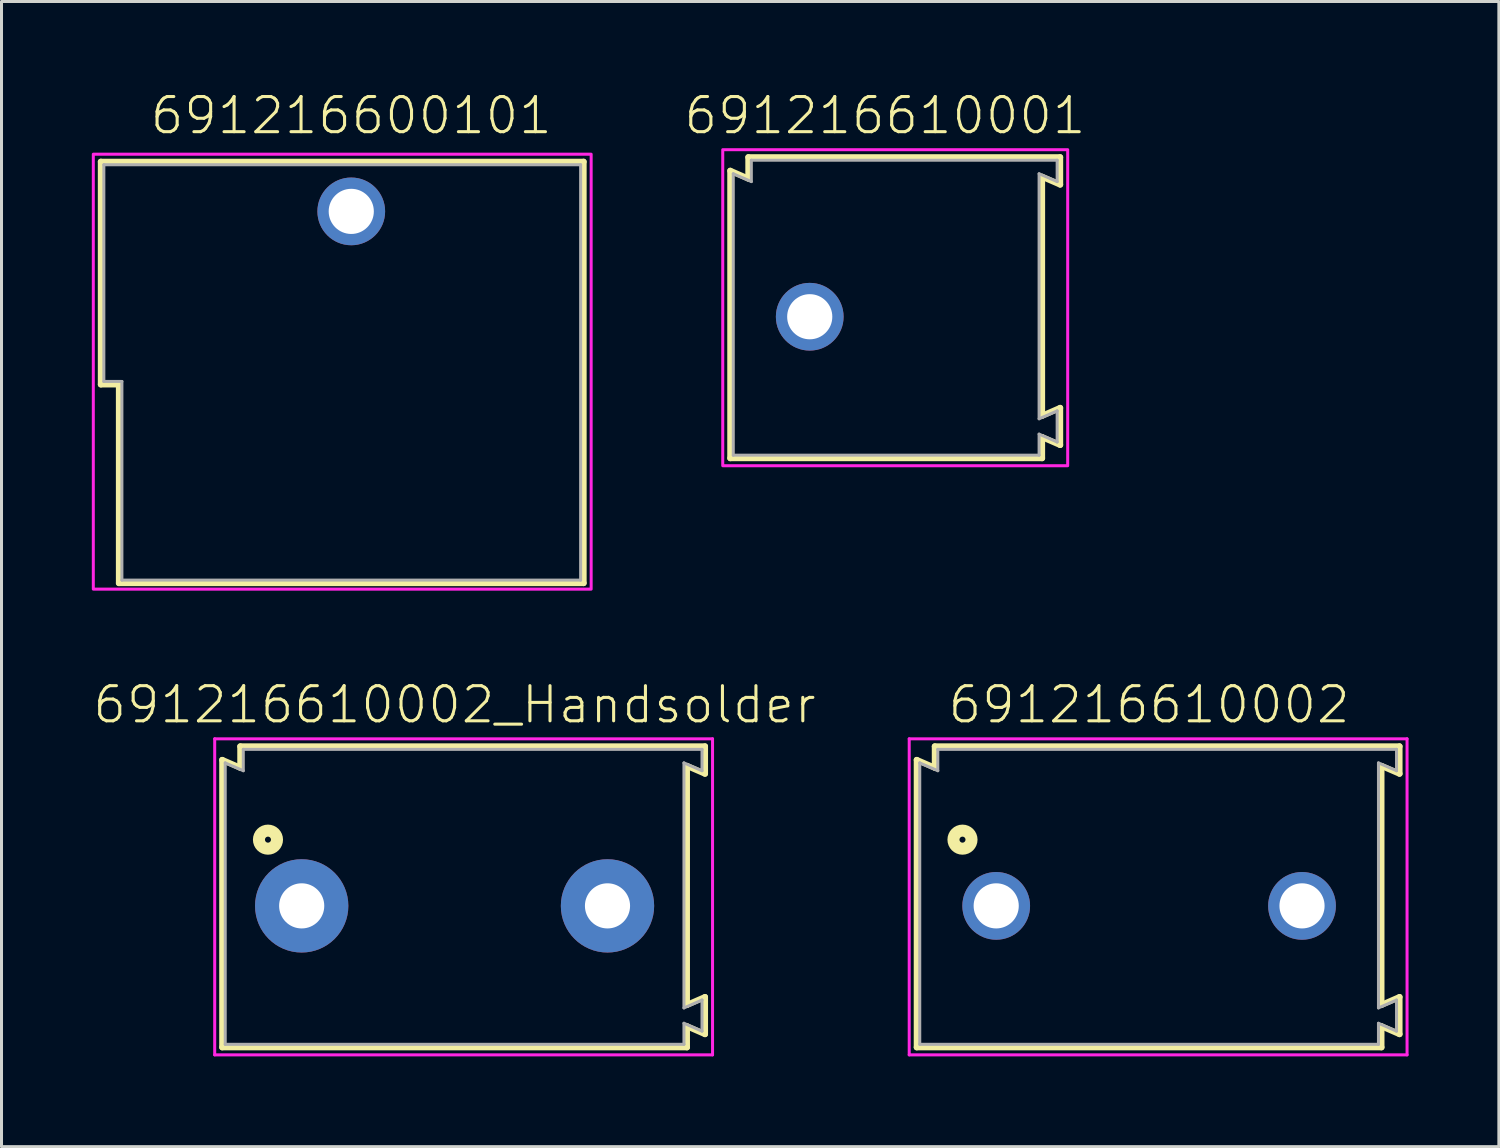
<source format=kicad_pcb>
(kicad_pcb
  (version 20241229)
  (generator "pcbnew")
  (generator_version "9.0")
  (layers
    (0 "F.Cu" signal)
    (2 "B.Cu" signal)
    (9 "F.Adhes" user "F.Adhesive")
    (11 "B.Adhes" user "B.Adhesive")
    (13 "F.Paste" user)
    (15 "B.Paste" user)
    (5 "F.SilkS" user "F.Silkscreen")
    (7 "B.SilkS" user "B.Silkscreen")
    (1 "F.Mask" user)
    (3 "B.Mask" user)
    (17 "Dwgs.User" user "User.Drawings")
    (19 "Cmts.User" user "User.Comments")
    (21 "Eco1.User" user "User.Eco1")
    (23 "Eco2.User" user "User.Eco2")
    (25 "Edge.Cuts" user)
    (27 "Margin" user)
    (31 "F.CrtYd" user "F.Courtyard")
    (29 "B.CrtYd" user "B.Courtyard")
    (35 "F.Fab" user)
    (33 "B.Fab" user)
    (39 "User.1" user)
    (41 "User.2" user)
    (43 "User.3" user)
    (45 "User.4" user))
  (footprint "691216610001"
    (layer "F.Cu")
    (at 23.852 7.473)
    (property "Reference" "691216610001" (at 2.5 -6 0) (unlocked yes) (layer "F.SilkS") (effects (font (size 1.168 1.168) (thickness 0.102)) (justify bottom)))
    (fp_line (start -2.64 -4.85) (end -2.04 -4.59) (stroke (width 0.2) (type solid)) (layer "F.SilkS"))
    (fp_line (start -2.64 4.7) (end -2.64 -4.85) (stroke (width 0.2) (type solid)) (layer "F.SilkS"))
    (fp_line (start -2.04 -5.3) (end 8.32 -5.3) (stroke (width 0.2) (type solid)) (layer "F.SilkS"))
    (fp_line (start -2.04 -4.59) (end -2.04 -5.3) (stroke (width 0.2) (type solid)) (layer "F.SilkS"))
    (fp_line (start 7.72 -4.65) (end 7.72 3.29) (stroke (width 0.2) (type solid)) (layer "F.SilkS"))
    (fp_line (start 7.72 3.29) (end 8.32 3.028) (stroke (width 0.2) (type solid)) (layer "F.SilkS"))
    (fp_line (start 7.72 4) (end 7.72 4.7) (stroke (width 0.2) (type solid)) (layer "F.SilkS"))
    (fp_line (start 7.72 4.7) (end -2.64 4.7) (stroke (width 0.2) (type solid)) (layer "F.SilkS"))
    (fp_line (start 8.32 -5.3) (end 8.32 -4.39) (stroke (width 0.2) (type solid)) (layer "F.SilkS"))
    (fp_line (start 8.32 -4.39) (end 7.72 -4.65) (stroke (width 0.2) (type solid)) (layer "F.SilkS"))
    (fp_line (start 8.32 3.028) (end 8.32 4.262) (stroke (width 0.2) (type solid)) (layer "F.SilkS"))
    (fp_line (start 8.32 4.262) (end 7.72 4) (stroke (width 0.2) (type solid)) (layer "F.SilkS"))
    (fp_poly (pts (xy 8.57 4.95) (xy -2.89 4.95) (xy -2.89 -5.55) (xy 8.57 -5.55)) (stroke (width 0.1) (type default)) (fill no) (layer "F.CrtYd"))
    (fp_line (start -2.54 -4.75) (end -1.94 -4.49) (stroke (width 0.1) (type solid)) (layer "F.Fab"))
    (fp_line (start -2.54 4.6) (end -2.54 -4.75) (stroke (width 0.1) (type solid)) (layer "F.Fab"))
    (fp_line (start -1.94 -4.49) (end -1.94 -5.2) (stroke (width 0.1) (type solid)) (layer "F.Fab"))
    (fp_line (start 7.62 -4.75) (end 7.62 3.39) (stroke (width 0.1) (type solid)) (layer "F.Fab"))
    (fp_line (start 7.62 -4.75) (end 8.22 -4.49) (stroke (width 0.1) (type solid)) (layer "F.Fab"))
    (fp_line (start 7.62 3.39) (end 8.22 3.128) (stroke (width 0.1) (type solid)) (layer "F.Fab"))
    (fp_line (start 7.62 3.9) (end 7.62 4.6) (stroke (width 0.1) (type solid)) (layer "F.Fab"))
    (fp_line (start 7.62 3.9) (end 8.22 4.162) (stroke (width 0.1) (type solid)) (layer "F.Fab"))
    (fp_line (start 7.62 4.6) (end -2.54 4.6) (stroke (width 0.1) (type solid)) (layer "F.Fab"))
    (fp_line (start 8.22 -5.2) (end -1.94 -5.2) (stroke (width 0.1) (type solid)) (layer "F.Fab"))
    (fp_line (start 8.22 -5.2) (end 8.22 -4.49) (stroke (width 0.1) (type solid)) (layer "F.Fab"))
    (fp_line (start 8.22 3.128) (end 8.22 4.162) (stroke (width 0.1) (type solid)) (layer "F.Fab"))
    (pad "1" thru_hole circle (at 0 0 180) (size 2.25 2.25) (drill 1.5) (layers "*.Cu" "*.Mask")))
  (footprint "691216610002"
    (layer "F.Cu")
    (at 35.127 27.046)
    (property "Reference" "691216610002" (at 0 -6 0) (unlocked yes) (layer "F.SilkS") (effects (font (size 1.168 1.168) (thickness 0.102)) (justify bottom)))
    (fp_line (start -7.72 -4.85) (end -7.12 -4.59) (stroke (width 0.2) (type solid)) (layer "F.SilkS"))
    (fp_line (start -7.72 4.7) (end -7.72 -4.85) (stroke (width 0.2) (type solid)) (layer "F.SilkS"))
    (fp_line (start -7.12 -5.3) (end 8.32 -5.3) (stroke (width 0.2) (type solid)) (layer "F.SilkS"))
    (fp_line (start -7.12 -4.59) (end -7.12 -5.3) (stroke (width 0.2) (type solid)) (layer "F.SilkS"))
    (fp_line (start 7.72 -4.65) (end 7.72 3.29) (stroke (width 0.2) (type solid)) (layer "F.SilkS"))
    (fp_line (start 7.72 3.29) (end 8.32 3.028) (stroke (width 0.2) (type solid)) (layer "F.SilkS"))
    (fp_line (start 7.72 4) (end 7.72 4.7) (stroke (width 0.2) (type solid)) (layer "F.SilkS"))
    (fp_line (start 7.72 4.7) (end -7.72 4.7) (stroke (width 0.2) (type solid)) (layer "F.SilkS"))
    (fp_line (start 8.32 -5.3) (end 8.32 -4.39) (stroke (width 0.2) (type solid)) (layer "F.SilkS"))
    (fp_line (start 8.32 -4.39) (end 7.72 -4.65) (stroke (width 0.2) (type solid)) (layer "F.SilkS"))
    (fp_line (start 8.32 3.028) (end 8.32 4.262) (stroke (width 0.2) (type solid)) (layer "F.SilkS"))
    (fp_line (start 8.32 4.262) (end 7.72 4) (stroke (width 0.2) (type solid)) (layer "F.SilkS"))
    (fp_circle (center -6.2 -2.2) (end -6.1 -2.2) (stroke (width 0.4) (type solid)) (fill no) (layer "F.SilkS"))
    (fp_line (start -7.97 -5.55) (end 8.57 -5.55) (stroke (width 0.1) (type default)) (layer "F.CrtYd"))
    (fp_line (start -7.97 4.95) (end -7.97 -5.55) (stroke (width 0.1) (type default)) (layer "F.CrtYd"))
    (fp_line (start 8.57 -5.55) (end 8.57 4.95) (stroke (width 0.1) (type default)) (layer "F.CrtYd"))
    (fp_line (start 8.57 4.95) (end -7.97 4.95) (stroke (width 0.1) (type default)) (layer "F.CrtYd"))
    (fp_line (start -7.62 -4.75) (end -7.02 -4.49) (stroke (width 0.1) (type solid)) (layer "F.Fab"))
    (fp_line (start -7.62 4.6) (end -7.62 -4.75) (stroke (width 0.1) (type solid)) (layer "F.Fab"))
    (fp_line (start -7.02 -4.49) (end -7.02 -5.2) (stroke (width 0.1) (type solid)) (layer "F.Fab"))
    (fp_line (start 7.62 -4.75) (end 7.62 3.39) (stroke (width 0.1) (type solid)) (layer "F.Fab"))
    (fp_line (start 7.62 -4.75) (end 8.22 -4.49) (stroke (width 0.1) (type solid)) (layer "F.Fab"))
    (fp_line (start 7.62 3.39) (end 8.22 3.128) (stroke (width 0.1) (type solid)) (layer "F.Fab"))
    (fp_line (start 7.62 3.9) (end 7.62 4.6) (stroke (width 0.1) (type solid)) (layer "F.Fab"))
    (fp_line (start 7.62 3.9) (end 8.22 4.162) (stroke (width 0.1) (type solid)) (layer "F.Fab"))
    (fp_line (start 7.62 4.6) (end -7.62 4.6) (stroke (width 0.1) (type solid)) (layer "F.Fab"))
    (fp_line (start 8.22 -5.2) (end -7.02 -5.2) (stroke (width 0.1) (type solid)) (layer "F.Fab"))
    (fp_line (start 8.22 -5.2) (end 8.22 -4.49) (stroke (width 0.1) (type solid)) (layer "F.Fab"))
    (fp_line (start 8.22 3.128) (end 8.22 4.162) (stroke (width 0.1) (type solid)) (layer "F.Fab"))
    (pad "1" thru_hole circle (at -5.08 0 180) (size 2.25 2.25) (drill 1.5) (layers "*.Cu" "*.Mask"))
    (pad "2" thru_hole circle (at 5.08 0 180) (size 2.25 2.25) (drill 1.5) (layers "*.Cu" "*.Mask")))
  (footprint "691216600101"
    (layer "F.Cu")
    (at 8.62 3.973)
    (property "Reference" "691216600101" (at 0 -2.5 0) (unlocked yes) (layer "F.SilkS") (effects (font (size 1.168 1.168) (thickness 0.102)) (justify bottom)))
    (fp_line (start -8.32 -1.65) (end 7.72 -1.65) (stroke (width 0.2) (type solid)) (layer "F.SilkS"))
    (fp_line (start -8.32 5.75) (end -8.32 -1.65) (stroke (width 0.2) (type solid)) (layer "F.SilkS"))
    (fp_line (start -7.72 5.75) (end -8.32 5.75) (stroke (width 0.2) (type solid)) (layer "F.SilkS"))
    (fp_line (start -7.72 12.35) (end -7.72 5.75) (stroke (width 0.2) (type solid)) (layer "F.SilkS"))
    (fp_line (start 7.72 -1.65) (end 7.72 12.35) (stroke (width 0.2) (type solid)) (layer "F.SilkS"))
    (fp_line (start 7.72 12.35) (end -7.72 12.35) (stroke (width 0.2) (type solid)) (layer "F.SilkS"))
    (fp_poly (pts (xy 7.97 12.55) (xy -8.57 12.55) (xy -8.57 -1.9) (xy 7.97 -1.9)) (stroke (width 0.1) (type default)) (fill no) (layer "F.CrtYd"))
    (fp_line (start -8.22 5.65) (end -8.22 -1.55) (stroke (width 0.1) (type solid)) (layer "F.Fab"))
    (fp_line (start -8.22 5.65) (end -7.62 5.65) (stroke (width 0.1) (type solid)) (layer "F.Fab"))
    (fp_line (start -7.62 12.25) (end -7.62 5.65) (stroke (width 0.1) (type solid)) (layer "F.Fab"))
    (fp_line (start 7.62 -1.55) (end -8.22 -1.55) (stroke (width 0.1) (type solid)) (layer "F.Fab"))
    (fp_line (start 7.62 -1.55) (end 7.62 12.25) (stroke (width 0.1) (type solid)) (layer "F.Fab"))
    (fp_line (start 7.62 12.25) (end -7.62 12.25) (stroke (width 0.1) (type solid)) (layer "F.Fab"))
    (pad "1" thru_hole circle (at 0 0 180) (size 2.25 2.25) (drill 1.5) (layers "*.Cu" "*.Mask")))
  (footprint "691216610002_Handsolder"
    (layer "F.Cu")
    (at 12.053 27.046)
    (property "Reference" "691216610002_Handsolder" (at 0 -6 0) (unlocked yes) (layer "F.SilkS") (effects (font (size 1.168 1.168) (thickness 0.102)) (justify bottom)))
    (fp_line (start -7.72 -4.85) (end -7.12 -4.59) (stroke (width 0.2) (type solid)) (layer "F.SilkS"))
    (fp_line (start -7.72 4.7) (end -7.72 -4.85) (stroke (width 0.2) (type solid)) (layer "F.SilkS"))
    (fp_line (start -7.12 -5.3) (end 8.32 -5.3) (stroke (width 0.2) (type solid)) (layer "F.SilkS"))
    (fp_line (start -7.12 -4.59) (end -7.12 -5.3) (stroke (width 0.2) (type solid)) (layer "F.SilkS"))
    (fp_line (start 7.72 -4.65) (end 7.72 3.29) (stroke (width 0.2) (type solid)) (layer "F.SilkS"))
    (fp_line (start 7.72 3.29) (end 8.32 3.028) (stroke (width 0.2) (type solid)) (layer "F.SilkS"))
    (fp_line (start 7.72 4) (end 7.72 4.7) (stroke (width 0.2) (type solid)) (layer "F.SilkS"))
    (fp_line (start 7.72 4.7) (end -7.72 4.7) (stroke (width 0.2) (type solid)) (layer "F.SilkS"))
    (fp_line (start 8.32 -5.3) (end 8.32 -4.39) (stroke (width 0.2) (type solid)) (layer "F.SilkS"))
    (fp_line (start 8.32 -4.39) (end 7.72 -4.65) (stroke (width 0.2) (type solid)) (layer "F.SilkS"))
    (fp_line (start 8.32 3.028) (end 8.32 4.262) (stroke (width 0.2) (type solid)) (layer "F.SilkS"))
    (fp_line (start 8.32 4.262) (end 7.72 4) (stroke (width 0.2) (type solid)) (layer "F.SilkS"))
    (fp_circle (center -6.2 -2.2) (end -6.1 -2.2) (stroke (width 0.4) (type solid)) (fill no) (layer "F.SilkS"))
    (fp_line (start -7.97 -5.55) (end 8.57 -5.55) (stroke (width 0.1) (type default)) (layer "F.CrtYd"))
    (fp_line (start -7.97 4.95) (end -7.97 -5.55) (stroke (width 0.1) (type default)) (layer "F.CrtYd"))
    (fp_line (start 8.57 -5.55) (end 8.57 4.95) (stroke (width 0.1) (type default)) (layer "F.CrtYd"))
    (fp_line (start 8.57 4.95) (end -7.97 4.95) (stroke (width 0.1) (type default)) (layer "F.CrtYd"))
    (fp_line (start -7.62 -4.75) (end -7.02 -4.49) (stroke (width 0.1) (type solid)) (layer "F.Fab"))
    (fp_line (start -7.62 4.6) (end -7.62 -4.75) (stroke (width 0.1) (type solid)) (layer "F.Fab"))
    (fp_line (start -7.02 -4.49) (end -7.02 -5.2) (stroke (width 0.1) (type solid)) (layer "F.Fab"))
    (fp_line (start 7.62 -4.75) (end 7.62 3.39) (stroke (width 0.1) (type solid)) (layer "F.Fab"))
    (fp_line (start 7.62 -4.75) (end 8.22 -4.49) (stroke (width 0.1) (type solid)) (layer "F.Fab"))
    (fp_line (start 7.62 3.39) (end 8.22 3.128) (stroke (width 0.1) (type solid)) (layer "F.Fab"))
    (fp_line (start 7.62 3.9) (end 7.62 4.6) (stroke (width 0.1) (type solid)) (layer "F.Fab"))
    (fp_line (start 7.62 3.9) (end 8.22 4.162) (stroke (width 0.1) (type solid)) (layer "F.Fab"))
    (fp_line (start 7.62 4.6) (end -7.62 4.6) (stroke (width 0.1) (type solid)) (layer "F.Fab"))
    (fp_line (start 8.22 -5.2) (end -7.02 -5.2) (stroke (width 0.1) (type solid)) (layer "F.Fab"))
    (fp_line (start 8.22 -5.2) (end 8.22 -4.49) (stroke (width 0.1) (type solid)) (layer "F.Fab"))
    (fp_line (start 8.22 3.128) (end 8.22 4.162) (stroke (width 0.1) (type solid)) (layer "F.Fab"))
    (pad "1" thru_hole circle (at -5.08 0 180) (size 3.1 3.1) (drill 1.5) (layers "*.Cu" "*.Mask"))
    (pad "2" thru_hole circle (at 5.08 0 180) (size 3.1 3.1) (drill 1.5) (layers "*.Cu" "*.Mask")))
  (gr_rect
    (start -3 -3)
    (end 46.747 35.046)
    (stroke (width 0.1) (type default))
    (fill no)
    (layer "Edge.Cuts")))
</source>
